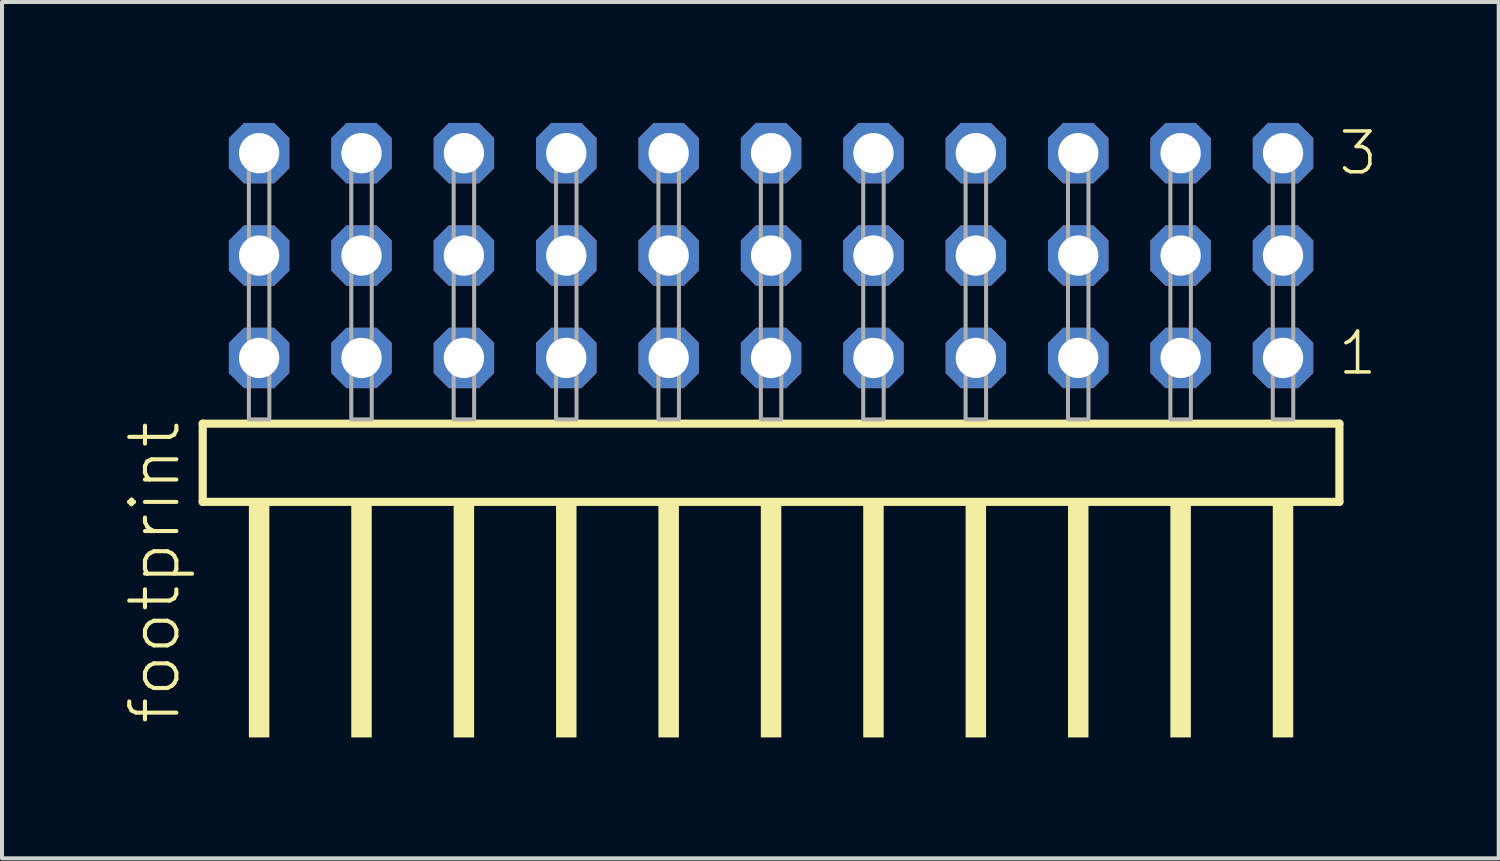
<source format=kicad_pcb>
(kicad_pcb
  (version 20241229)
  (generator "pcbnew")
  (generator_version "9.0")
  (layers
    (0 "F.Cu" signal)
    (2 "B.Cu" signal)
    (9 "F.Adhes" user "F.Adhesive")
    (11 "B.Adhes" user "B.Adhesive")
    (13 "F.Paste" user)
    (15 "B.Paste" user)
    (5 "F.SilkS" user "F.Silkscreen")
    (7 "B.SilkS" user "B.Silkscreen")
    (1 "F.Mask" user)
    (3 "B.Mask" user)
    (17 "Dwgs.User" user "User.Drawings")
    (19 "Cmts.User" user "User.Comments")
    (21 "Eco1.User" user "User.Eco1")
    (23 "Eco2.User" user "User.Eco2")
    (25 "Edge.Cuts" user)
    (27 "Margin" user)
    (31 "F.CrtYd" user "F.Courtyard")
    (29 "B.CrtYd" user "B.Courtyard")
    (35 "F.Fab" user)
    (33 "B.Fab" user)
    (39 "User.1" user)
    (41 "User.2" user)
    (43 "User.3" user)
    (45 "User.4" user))
  (footprint "footprint"
    (layer "F.Cu")
    (at 16.078 7.354)
    (property "Reference" "footprint" (at -14.605 7.62 90) (layer "F.SilkS") (effects (font (size 1.168 1.168) (thickness 0.102)) (justify left bottom)))
    (fp_line (start -14.099 0.106) (end -14.099 2.046) (stroke (width 0.203) (type solid)) (layer "F.SilkS"))
    (fp_line (start -14.099 2.046) (end 14.099 2.046) (stroke (width 0.203) (type solid)) (layer "F.SilkS"))
    (fp_line (start 14.099 0.106) (end -14.099 0.106) (stroke (width 0.203) (type solid)) (layer "F.SilkS"))
    (fp_line (start 14.099 2.046) (end 14.099 0.106) (stroke (width 0.203) (type solid)) (layer "F.SilkS"))
    (fp_poly (pts (xy -12.954 7.89) (xy -12.446 7.89) (xy -12.446 2.04) (xy -12.954 2.04)) (stroke (width 0) (type solid)) (fill yes) (layer "F.SilkS"))
    (fp_poly (pts (xy -10.414 7.89) (xy -9.906 7.89) (xy -9.906 2.04) (xy -10.414 2.04)) (stroke (width 0) (type solid)) (fill yes) (layer "F.SilkS"))
    (fp_poly (pts (xy -7.874 7.89) (xy -7.366 7.89) (xy -7.366 2.04) (xy -7.874 2.04)) (stroke (width 0) (type solid)) (fill yes) (layer "F.SilkS"))
    (fp_poly (pts (xy -5.334 7.89) (xy -4.826 7.89) (xy -4.826 2.04) (xy -5.334 2.04)) (stroke (width 0) (type solid)) (fill yes) (layer "F.SilkS"))
    (fp_poly (pts (xy -2.794 7.89) (xy -2.286 7.89) (xy -2.286 2.04) (xy -2.794 2.04)) (stroke (width 0) (type solid)) (fill yes) (layer "F.SilkS"))
    (fp_poly (pts (xy -0.254 7.89) (xy 0.254 7.89) (xy 0.254 2.04) (xy -0.254 2.04)) (stroke (width 0) (type solid)) (fill yes) (layer "F.SilkS"))
    (fp_poly (pts (xy 2.286 7.89) (xy 2.794 7.89) (xy 2.794 2.04) (xy 2.286 2.04)) (stroke (width 0) (type solid)) (fill yes) (layer "F.SilkS"))
    (fp_poly (pts (xy 4.826 7.89) (xy 5.334 7.89) (xy 5.334 2.04) (xy 4.826 2.04)) (stroke (width 0) (type solid)) (fill yes) (layer "F.SilkS"))
    (fp_poly (pts (xy 7.366 7.89) (xy 7.874 7.89) (xy 7.874 2.04) (xy 7.366 2.04)) (stroke (width 0) (type solid)) (fill yes) (layer "F.SilkS"))
    (fp_poly (pts (xy 9.906 7.89) (xy 10.414 7.89) (xy 10.414 2.04) (xy 9.906 2.04)) (stroke (width 0) (type solid)) (fill yes) (layer "F.SilkS"))
    (fp_poly (pts (xy 12.446 7.89) (xy 12.954 7.89) (xy 12.954 2.04) (xy 12.446 2.04)) (stroke (width 0) (type solid)) (fill yes) (layer "F.SilkS"))
    (fp_poly (pts (xy -12.954 0) (xy -12.446 0) (xy -12.446 -6.858) (xy -12.954 -6.858)) (stroke (width 0.1) (type solid)) (fill no) (layer "F.Fab"))
    (fp_poly (pts (xy -10.414 0) (xy -9.906 0) (xy -9.906 -6.858) (xy -10.414 -6.858)) (stroke (width 0.1) (type solid)) (fill no) (layer "F.Fab"))
    (fp_poly (pts (xy -7.874 0) (xy -7.366 0) (xy -7.366 -6.858) (xy -7.874 -6.858)) (stroke (width 0.1) (type solid)) (fill no) (layer "F.Fab"))
    (fp_poly (pts (xy -5.334 0) (xy -4.826 0) (xy -4.826 -6.858) (xy -5.334 -6.858)) (stroke (width 0.1) (type solid)) (fill no) (layer "F.Fab"))
    (fp_poly (pts (xy -2.794 0) (xy -2.286 0) (xy -2.286 -6.858) (xy -2.794 -6.858)) (stroke (width 0.1) (type solid)) (fill no) (layer "F.Fab"))
    (fp_poly (pts (xy -0.254 0) (xy 0.254 0) (xy 0.254 -6.858) (xy -0.254 -6.858)) (stroke (width 0.1) (type solid)) (fill no) (layer "F.Fab"))
    (fp_poly (pts (xy 2.286 0) (xy 2.794 0) (xy 2.794 -6.858) (xy 2.286 -6.858)) (stroke (width 0.1) (type solid)) (fill no) (layer "F.Fab"))
    (fp_poly (pts (xy 4.826 0) (xy 5.334 0) (xy 5.334 -6.858) (xy 4.826 -6.858)) (stroke (width 0.1) (type solid)) (fill no) (layer "F.Fab"))
    (fp_poly (pts (xy 7.366 0) (xy 7.874 0) (xy 7.874 -6.858) (xy 7.366 -6.858)) (stroke (width 0.1) (type solid)) (fill no) (layer "F.Fab"))
    (fp_poly (pts (xy 9.906 0) (xy 10.414 0) (xy 10.414 -6.858) (xy 9.906 -6.858)) (stroke (width 0.1) (type solid)) (fill no) (layer "F.Fab"))
    (fp_poly (pts (xy 12.446 0) (xy 12.954 0) (xy 12.954 -6.858) (xy 12.446 -6.858)) (stroke (width 0.1) (type solid)) (fill no) (layer "F.Fab"))
    (fp_text user "3" (at 14.025 -6.015 0) (layer "F.SilkS") (effects (font (size 1.012 1.012) (thickness 0.088)) (justify left bottom)))
    (fp_text user "1" (at 14.01 -1.05 0) (layer "F.SilkS") (effects (font (size 1.012 1.012) (thickness 0.088)) (justify left bottom)))
    (pad "1" thru_hole roundrect (at 12.7 -1.524 180) (size 1.5 1.5) (drill 1) (layers "*.Cu" "*.Mask") (roundrect_rratio 0.25) (chamfer_ratio 0.25) (chamfer top_left top_right bottom_left bottom_right))
    (pad "2" thru_hole roundrect (at 12.7 -4.064 180) (size 1.5 1.5) (drill 1) (layers "*.Cu" "*.Mask") (roundrect_rratio 0.25) (chamfer_ratio 0.25) (chamfer top_left top_right bottom_left bottom_right))
    (pad "3" thru_hole roundrect (at 12.7 -6.604 180) (size 1.5 1.5) (drill 1) (layers "*.Cu" "*.Mask") (roundrect_rratio 0.25) (chamfer_ratio 0.25) (chamfer top_left top_right bottom_left bottom_right))
    (pad "4" thru_hole roundrect (at 10.16 -1.524 180) (size 1.5 1.5) (drill 1) (layers "*.Cu" "*.Mask") (roundrect_rratio 0.25) (chamfer_ratio 0.25) (chamfer top_left top_right bottom_left bottom_right))
    (pad "5" thru_hole roundrect (at 10.16 -4.064 180) (size 1.5 1.5) (drill 1) (layers "*.Cu" "*.Mask") (roundrect_rratio 0.25) (chamfer_ratio 0.25) (chamfer top_left top_right bottom_left bottom_right))
    (pad "6" thru_hole roundrect (at 10.16 -6.604 180) (size 1.5 1.5) (drill 1) (layers "*.Cu" "*.Mask") (roundrect_rratio 0.25) (chamfer_ratio 0.25) (chamfer top_left top_right bottom_left bottom_right))
    (pad "7" thru_hole roundrect (at 7.62 -1.524 180) (size 1.5 1.5) (drill 1) (layers "*.Cu" "*.Mask") (roundrect_rratio 0.25) (chamfer_ratio 0.25) (chamfer top_left top_right bottom_left bottom_right))
    (pad "8" thru_hole roundrect (at 7.62 -4.064 180) (size 1.5 1.5) (drill 1) (layers "*.Cu" "*.Mask") (roundrect_rratio 0.25) (chamfer_ratio 0.25) (chamfer top_left top_right bottom_left bottom_right))
    (pad "9" thru_hole roundrect (at 7.62 -6.604 180) (size 1.5 1.5) (drill 1) (layers "*.Cu" "*.Mask") (roundrect_rratio 0.25) (chamfer_ratio 0.25) (chamfer top_left top_right bottom_left bottom_right))
    (pad "10" thru_hole roundrect (at 5.08 -1.524 180) (size 1.5 1.5) (drill 1) (layers "*.Cu" "*.Mask") (roundrect_rratio 0.25) (chamfer_ratio 0.25) (chamfer top_left top_right bottom_left bottom_right))
    (pad "11" thru_hole roundrect (at 5.08 -4.064 180) (size 1.5 1.5) (drill 1) (layers "*.Cu" "*.Mask") (roundrect_rratio 0.25) (chamfer_ratio 0.25) (chamfer top_left top_right bottom_left bottom_right))
    (pad "12" thru_hole roundrect (at 5.08 -6.604 180) (size 1.5 1.5) (drill 1) (layers "*.Cu" "*.Mask") (roundrect_rratio 0.25) (chamfer_ratio 0.25) (chamfer top_left top_right bottom_left bottom_right))
    (pad "13" thru_hole roundrect (at 2.54 -1.524 180) (size 1.5 1.5) (drill 1) (layers "*.Cu" "*.Mask") (roundrect_rratio 0.25) (chamfer_ratio 0.25) (chamfer top_left top_right bottom_left bottom_right))
    (pad "14" thru_hole roundrect (at 2.54 -4.064 180) (size 1.5 1.5) (drill 1) (layers "*.Cu" "*.Mask") (roundrect_rratio 0.25) (chamfer_ratio 0.25) (chamfer top_left top_right bottom_left bottom_right))
    (pad "15" thru_hole roundrect (at 2.54 -6.604 180) (size 1.5 1.5) (drill 1) (layers "*.Cu" "*.Mask") (roundrect_rratio 0.25) (chamfer_ratio 0.25) (chamfer top_left top_right bottom_left bottom_right))
    (pad "16" thru_hole roundrect (at 0 -1.524 180) (size 1.5 1.5) (drill 1) (layers "*.Cu" "*.Mask") (roundrect_rratio 0.25) (chamfer_ratio 0.25) (chamfer top_left top_right bottom_left bottom_right))
    (pad "17" thru_hole roundrect (at 0 -4.064 180) (size 1.5 1.5) (drill 1) (layers "*.Cu" "*.Mask") (roundrect_rratio 0.25) (chamfer_ratio 0.25) (chamfer top_left top_right bottom_left bottom_right))
    (pad "18" thru_hole roundrect (at 0 -6.604 180) (size 1.5 1.5) (drill 1) (layers "*.Cu" "*.Mask") (roundrect_rratio 0.25) (chamfer_ratio 0.25) (chamfer top_left top_right bottom_left bottom_right))
    (pad "19" thru_hole roundrect (at -2.54 -1.524 180) (size 1.5 1.5) (drill 1) (layers "*.Cu" "*.Mask") (roundrect_rratio 0.25) (chamfer_ratio 0.25) (chamfer top_left top_right bottom_left bottom_right))
    (pad "20" thru_hole roundrect (at -2.54 -4.064 180) (size 1.5 1.5) (drill 1) (layers "*.Cu" "*.Mask") (roundrect_rratio 0.25) (chamfer_ratio 0.25) (chamfer top_left top_right bottom_left bottom_right))
    (pad "21" thru_hole roundrect (at -2.54 -6.604 180) (size 1.5 1.5) (drill 1) (layers "*.Cu" "*.Mask") (roundrect_rratio 0.25) (chamfer_ratio 0.25) (chamfer top_left top_right bottom_left bottom_right))
    (pad "22" thru_hole roundrect (at -5.08 -1.524 180) (size 1.5 1.5) (drill 1) (layers "*.Cu" "*.Mask") (roundrect_rratio 0.25) (chamfer_ratio 0.25) (chamfer top_left top_right bottom_left bottom_right))
    (pad "23" thru_hole roundrect (at -5.08 -4.064 180) (size 1.5 1.5) (drill 1) (layers "*.Cu" "*.Mask") (roundrect_rratio 0.25) (chamfer_ratio 0.25) (chamfer top_left top_right bottom_left bottom_right))
    (pad "24" thru_hole roundrect (at -5.08 -6.604 180) (size 1.5 1.5) (drill 1) (layers "*.Cu" "*.Mask") (roundrect_rratio 0.25) (chamfer_ratio 0.25) (chamfer top_left top_right bottom_left bottom_right))
    (pad "25" thru_hole roundrect (at -7.62 -1.524 180) (size 1.5 1.5) (drill 1) (layers "*.Cu" "*.Mask") (roundrect_rratio 0.25) (chamfer_ratio 0.25) (chamfer top_left top_right bottom_left bottom_right))
    (pad "26" thru_hole roundrect (at -7.62 -4.064 180) (size 1.5 1.5) (drill 1) (layers "*.Cu" "*.Mask") (roundrect_rratio 0.25) (chamfer_ratio 0.25) (chamfer top_left top_right bottom_left bottom_right))
    (pad "27" thru_hole roundrect (at -7.62 -6.604 180) (size 1.5 1.5) (drill 1) (layers "*.Cu" "*.Mask") (roundrect_rratio 0.25) (chamfer_ratio 0.25) (chamfer top_left top_right bottom_left bottom_right))
    (pad "28" thru_hole roundrect (at -10.16 -1.524 180) (size 1.5 1.5) (drill 1) (layers "*.Cu" "*.Mask") (roundrect_rratio 0.25) (chamfer_ratio 0.25) (chamfer top_left top_right bottom_left bottom_right))
    (pad "29" thru_hole roundrect (at -10.16 -4.064 180) (size 1.5 1.5) (drill 1) (layers "*.Cu" "*.Mask") (roundrect_rratio 0.25) (chamfer_ratio 0.25) (chamfer top_left top_right bottom_left bottom_right))
    (pad "30" thru_hole roundrect (at -10.16 -6.604 180) (size 1.5 1.5) (drill 1) (layers "*.Cu" "*.Mask") (roundrect_rratio 0.25) (chamfer_ratio 0.25) (chamfer top_left top_right bottom_left bottom_right))
    (pad "31" thru_hole roundrect (at -12.7 -1.524 180) (size 1.5 1.5) (drill 1) (layers "*.Cu" "*.Mask") (roundrect_rratio 0.25) (chamfer_ratio 0.25) (chamfer top_left top_right bottom_left bottom_right))
    (pad "32" thru_hole roundrect (at -12.7 -4.064 180) (size 1.5 1.5) (drill 1) (layers "*.Cu" "*.Mask") (roundrect_rratio 0.25) (chamfer_ratio 0.25) (chamfer top_left top_right bottom_left bottom_right))
    (pad "33" thru_hole roundrect (at -12.7 -6.604 180) (size 1.5 1.5) (drill 1) (layers "*.Cu" "*.Mask") (roundrect_rratio 0.25) (chamfer_ratio 0.25) (chamfer top_left top_right bottom_left bottom_right)))
  (gr_rect
    (start -3 -3)
    (end 34.129 18.244)
    (stroke (width 0.1) (type default))
    (fill no)
    (layer "Edge.Cuts")))
</source>
